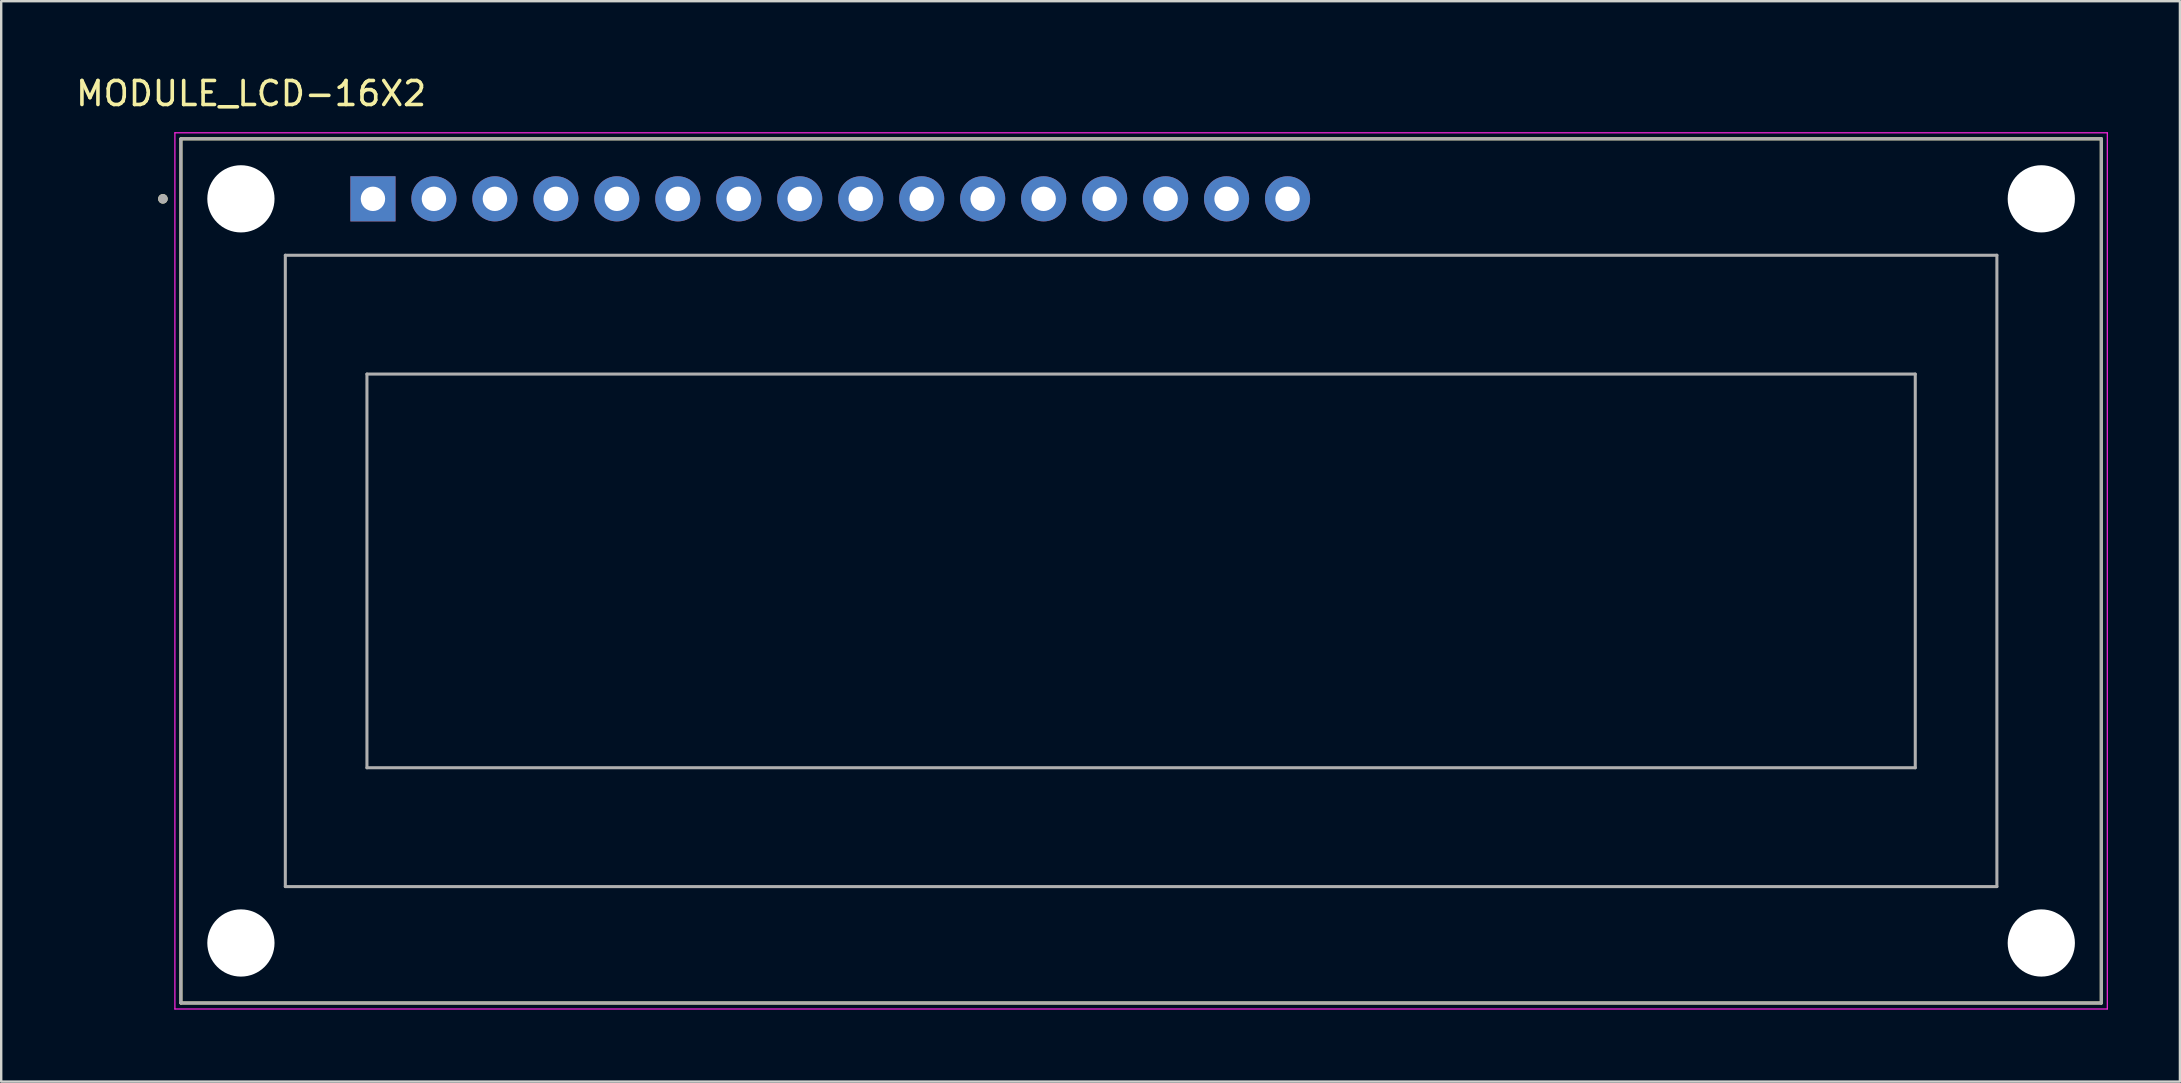
<source format=kicad_pcb>
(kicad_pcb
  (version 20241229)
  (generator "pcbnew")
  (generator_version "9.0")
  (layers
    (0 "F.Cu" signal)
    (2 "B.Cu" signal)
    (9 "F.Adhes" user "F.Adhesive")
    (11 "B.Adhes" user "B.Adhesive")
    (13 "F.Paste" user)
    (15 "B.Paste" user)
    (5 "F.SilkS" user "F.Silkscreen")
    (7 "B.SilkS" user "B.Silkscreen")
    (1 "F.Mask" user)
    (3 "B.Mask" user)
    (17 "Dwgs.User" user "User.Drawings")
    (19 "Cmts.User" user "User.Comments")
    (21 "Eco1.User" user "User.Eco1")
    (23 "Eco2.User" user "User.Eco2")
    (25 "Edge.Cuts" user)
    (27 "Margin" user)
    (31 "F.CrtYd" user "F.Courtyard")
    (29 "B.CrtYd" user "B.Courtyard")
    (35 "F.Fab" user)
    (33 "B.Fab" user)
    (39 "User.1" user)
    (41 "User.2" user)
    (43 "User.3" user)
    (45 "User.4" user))
  (footprint "MODULE_LCD-16X2"
    (layer "F.Cu")
    (at 44.486 20.733)
    (property "Reference" "MODULE_LCD-16X2" (at -37.075 -19.885 0) (layer "F.SilkS") (effects (font (size 1 1) (thickness 0.15))))
    (attr through_hole)
    (fp_line (start -40 -18) (end 40 -18) (stroke (width 0.127) (type solid)) (layer "F.SilkS"))
    (fp_line (start -40 18) (end -40 -18) (stroke (width 0.127) (type solid)) (layer "F.SilkS"))
    (fp_line (start 40 -18) (end 40 18) (stroke (width 0.127) (type solid)) (layer "F.SilkS"))
    (fp_line (start 40 18) (end -40 18) (stroke (width 0.127) (type solid)) (layer "F.SilkS"))
    (fp_circle (center -40.75 -15.5) (end -40.65 -15.5) (stroke (width 0.2) (type solid)) (fill no) (layer "F.SilkS"))
    (fp_line (start -40.25 -18.25) (end -40.25 18.25) (stroke (width 0.05) (type solid)) (layer "F.CrtYd"))
    (fp_line (start -40.25 18.25) (end 40.25 18.25) (stroke (width 0.05) (type solid)) (layer "F.CrtYd"))
    (fp_line (start 40.25 -18.25) (end -40.25 -18.25) (stroke (width 0.05) (type solid)) (layer "F.CrtYd"))
    (fp_line (start 40.25 18.25) (end 40.25 -18.25) (stroke (width 0.05) (type solid)) (layer "F.CrtYd"))
    (fp_line (start -40 -18) (end 40 -18) (stroke (width 0.127) (type solid)) (layer "F.Fab"))
    (fp_line (start -40 18) (end -40 -18) (stroke (width 0.127) (type solid)) (layer "F.Fab"))
    (fp_line (start -35.65 -13.15) (end 35.65 -13.15) (stroke (width 0.127) (type solid)) (layer "F.Fab"))
    (fp_line (start -35.65 13.15) (end -35.65 -13.15) (stroke (width 0.127) (type solid)) (layer "F.Fab"))
    (fp_line (start -32.25 -8.2) (end 32.25 -8.2) (stroke (width 0.127) (type solid)) (layer "F.Fab"))
    (fp_line (start -32.25 8.2) (end -32.25 -8.2) (stroke (width 0.127) (type solid)) (layer "F.Fab"))
    (fp_line (start 32.25 -8.2) (end 32.25 8.2) (stroke (width 0.127) (type solid)) (layer "F.Fab"))
    (fp_line (start 32.25 8.2) (end -32.25 8.2) (stroke (width 0.127) (type solid)) (layer "F.Fab"))
    (fp_line (start 35.65 -13.15) (end 35.65 13.15) (stroke (width 0.127) (type solid)) (layer "F.Fab"))
    (fp_line (start 35.65 13.15) (end -35.65 13.15) (stroke (width 0.127) (type solid)) (layer "F.Fab"))
    (fp_line (start 40 -18) (end 40 18) (stroke (width 0.127) (type solid)) (layer "F.Fab"))
    (fp_line (start 40 18) (end -40 18) (stroke (width 0.127) (type solid)) (layer "F.Fab"))
    (fp_circle (center -40.75 -15.5) (end -40.65 -15.5) (stroke (width 0.2) (type solid)) (fill no) (layer "F.Fab"))
    (pad "" np_thru_hole circle (at -37.5 -15.5) (size 2.8 2.8) (drill 2.8) (layers "*.Cu" "*.Mask"))
    (pad "" np_thru_hole circle (at -37.5 15.5) (size 2.8 2.8) (drill 2.8) (layers "*.Cu" "*.Mask"))
    (pad "" np_thru_hole circle (at 37.5 -15.5) (size 2.8 2.8) (drill 2.8) (layers "*.Cu" "*.Mask"))
    (pad "" np_thru_hole circle (at 37.5 15.5) (size 2.8 2.8) (drill 2.8) (layers "*.Cu" "*.Mask"))
    (pad "1" thru_hole rect (at -32 -15.5) (size 1.88 1.88) (drill 1.016) (layers "*.Cu" "*.Mask"))
    (pad "2" thru_hole circle (at -29.46 -15.5) (size 1.88 1.88) (drill 1.016) (layers "*.Cu" "*.Mask"))
    (pad "3" thru_hole circle (at -26.92 -15.5) (size 1.88 1.88) (drill 1.016) (layers "*.Cu" "*.Mask"))
    (pad "4" thru_hole circle (at -24.38 -15.5) (size 1.88 1.88) (drill 1.016) (layers "*.Cu" "*.Mask"))
    (pad "5" thru_hole circle (at -21.84 -15.5) (size 1.88 1.88) (drill 1.016) (layers "*.Cu" "*.Mask"))
    (pad "6" thru_hole circle (at -19.3 -15.5) (size 1.88 1.88) (drill 1.016) (layers "*.Cu" "*.Mask"))
    (pad "7" thru_hole circle (at -16.76 -15.5) (size 1.88 1.88) (drill 1.016) (layers "*.Cu" "*.Mask"))
    (pad "8" thru_hole circle (at -14.22 -15.5) (size 1.88 1.88) (drill 1.016) (layers "*.Cu" "*.Mask"))
    (pad "9" thru_hole circle (at -11.68 -15.5) (size 1.88 1.88) (drill 1.016) (layers "*.Cu" "*.Mask"))
    (pad "10" thru_hole circle (at -9.14 -15.5) (size 1.88 1.88) (drill 1.016) (layers "*.Cu" "*.Mask"))
    (pad "11" thru_hole circle (at -6.6 -15.5) (size 1.88 1.88) (drill 1.016) (layers "*.Cu" "*.Mask"))
    (pad "12" thru_hole circle (at -4.06 -15.5) (size 1.88 1.88) (drill 1.016) (layers "*.Cu" "*.Mask"))
    (pad "13" thru_hole circle (at -1.52 -15.5) (size 1.88 1.88) (drill 1.016) (layers "*.Cu" "*.Mask"))
    (pad "14" thru_hole circle (at 1.02 -15.5) (size 1.88 1.88) (drill 1.016) (layers "*.Cu" "*.Mask"))
    (pad "15" thru_hole circle (at 3.56 -15.5) (size 1.88 1.88) (drill 1.016) (layers "*.Cu" "*.Mask"))
    (pad "16" thru_hole circle (at 6.1 -15.5) (size 1.88 1.88) (drill 1.016) (layers "*.Cu" "*.Mask")))
  (gr_rect
    (start -3 -3)
    (end 87.761 42.008)
    (stroke (width 0.1) (type default))
    (fill no)
    (layer "Edge.Cuts")))
</source>
